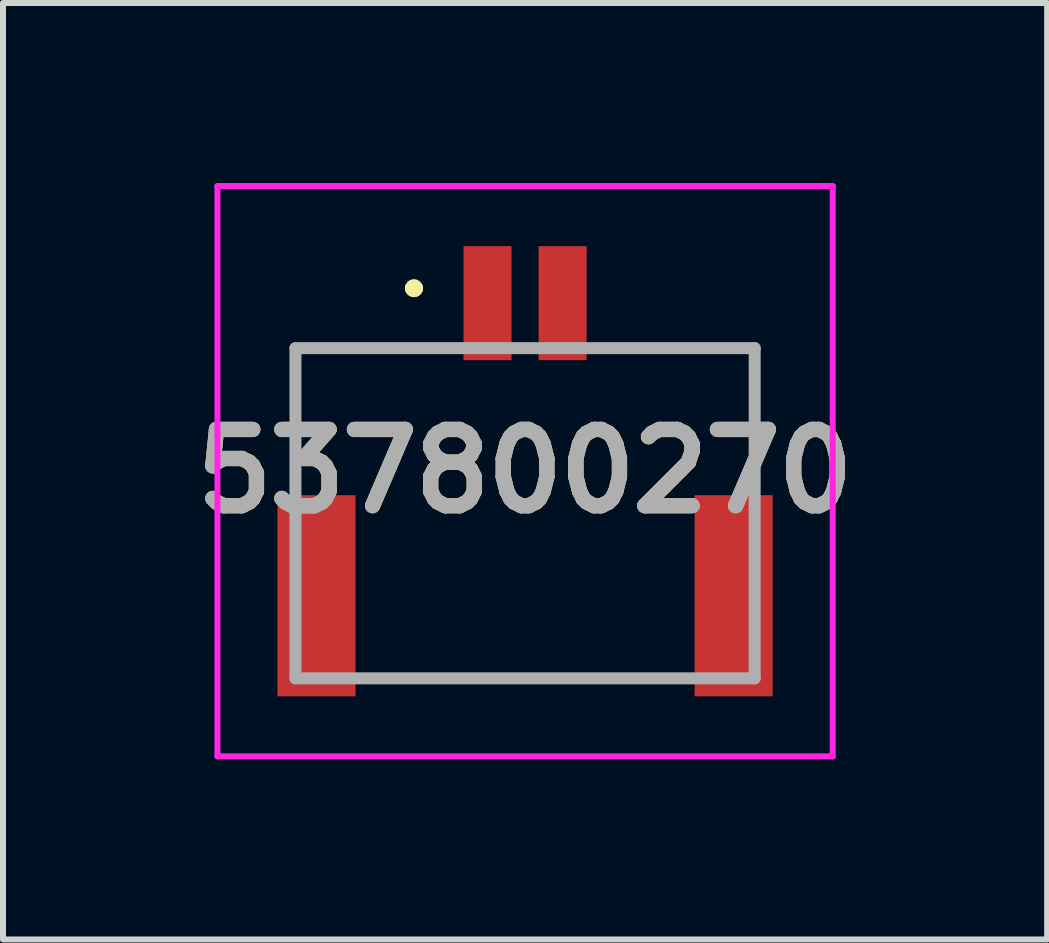
<source format=kicad_pcb>
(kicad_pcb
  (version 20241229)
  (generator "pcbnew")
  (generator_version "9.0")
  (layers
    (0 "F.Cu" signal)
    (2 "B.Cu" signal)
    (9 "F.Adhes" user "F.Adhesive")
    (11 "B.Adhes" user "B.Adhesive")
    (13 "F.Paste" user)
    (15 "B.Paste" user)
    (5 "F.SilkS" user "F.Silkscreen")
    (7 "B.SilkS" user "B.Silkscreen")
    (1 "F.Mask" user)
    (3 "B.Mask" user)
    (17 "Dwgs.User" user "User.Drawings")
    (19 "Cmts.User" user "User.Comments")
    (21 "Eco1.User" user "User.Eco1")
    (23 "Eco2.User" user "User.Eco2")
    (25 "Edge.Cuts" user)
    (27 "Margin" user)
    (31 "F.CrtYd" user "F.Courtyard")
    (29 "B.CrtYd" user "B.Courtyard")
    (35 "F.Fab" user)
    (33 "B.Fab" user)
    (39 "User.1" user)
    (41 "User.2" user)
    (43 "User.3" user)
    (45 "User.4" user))
  (footprint "537800270"
    (layer "F.Cu")
    (at 5.697 5.5)
    (property "Reference" "537800270" (at 0 -0.7 0) (layer "F.SilkS") (effects (font (size 1.27 1.27) (thickness 0.254))))
    (attr smd)
    (fp_line (start -3.825 -2.75) (end -3.825 -2.75) (stroke (width 0.1) (type solid)) (layer "F.SilkS"))
    (fp_line (start -3.825 -2.75) (end -3.825 -2.75) (stroke (width 0.1) (type solid)) (layer "F.SilkS"))
    (fp_line (start -3.825 -2.75) (end -3.825 -1.05) (stroke (width 0.1) (type solid)) (layer "F.SilkS"))
    (fp_line (start -3.825 -2.75) (end -1.625 -2.75) (stroke (width 0.1) (type solid)) (layer "F.SilkS"))
    (fp_line (start -3.825 -1.05) (end -3.825 -2.75) (stroke (width 0.1) (type solid)) (layer "F.SilkS"))
    (fp_line (start -3.825 -1.05) (end -3.825 -1.05) (stroke (width 0.1) (type solid)) (layer "F.SilkS"))
    (fp_line (start -2.125 2.75) (end -2.125 2.75) (stroke (width 0.1) (type solid)) (layer "F.SilkS"))
    (fp_line (start -2.125 2.75) (end 2.125 2.75) (stroke (width 0.1) (type solid)) (layer "F.SilkS"))
    (fp_line (start -1.9 -3.75) (end -1.9 -3.75) (stroke (width 0.2) (type solid)) (layer "F.SilkS"))
    (fp_line (start -1.9 -3.75) (end -1.9 -3.75) (stroke (width 0.2) (type solid)) (layer "F.SilkS"))
    (fp_line (start -1.8 -3.75) (end -1.8 -3.75) (stroke (width 0.2) (type solid)) (layer "F.SilkS"))
    (fp_line (start -1.625 -2.75) (end -3.825 -2.75) (stroke (width 0.1) (type solid)) (layer "F.SilkS"))
    (fp_line (start -1.625 -2.75) (end -1.625 -2.75) (stroke (width 0.1) (type solid)) (layer "F.SilkS"))
    (fp_line (start 1.625 -2.75) (end 1.625 -2.75) (stroke (width 0.1) (type solid)) (layer "F.SilkS"))
    (fp_line (start 1.625 -2.75) (end 3.825 -2.75) (stroke (width 0.1) (type solid)) (layer "F.SilkS"))
    (fp_line (start 2.125 2.75) (end -2.125 2.75) (stroke (width 0.1) (type solid)) (layer "F.SilkS"))
    (fp_line (start 2.125 2.75) (end 2.125 2.75) (stroke (width 0.1) (type solid)) (layer "F.SilkS"))
    (fp_line (start 3.825 -2.75) (end 1.625 -2.75) (stroke (width 0.1) (type solid)) (layer "F.SilkS"))
    (fp_line (start 3.825 -2.75) (end 3.825 -2.75) (stroke (width 0.1) (type solid)) (layer "F.SilkS"))
    (fp_line (start 3.825 -2.75) (end 3.825 -2.75) (stroke (width 0.1) (type solid)) (layer "F.SilkS"))
    (fp_line (start 3.825 -2.75) (end 3.825 -1.05) (stroke (width 0.1) (type solid)) (layer "F.SilkS"))
    (fp_line (start 3.825 -1.05) (end 3.825 -2.75) (stroke (width 0.1) (type solid)) (layer "F.SilkS"))
    (fp_line (start 3.825 -1.05) (end 3.825 -1.05) (stroke (width 0.1) (type solid)) (layer "F.SilkS"))
    (fp_arc (start -1.9 -3.75) (mid -1.85 -3.8) (end -1.8 -3.75) (stroke (width 0.2) (type solid)) (layer "F.SilkS"))
    (fp_arc (start -1.8 -3.75) (mid -1.85 -3.7) (end -1.9 -3.75) (stroke (width 0.2) (type solid)) (layer "F.SilkS"))
    (fp_arc (start -1.8 -3.75) (mid -1.85 -3.7) (end -1.9 -3.75) (stroke (width 0.2) (type solid)) (layer "F.SilkS"))
    (fp_line (start -5.125 -5.45) (end 5.125 -5.45) (stroke (width 0.1) (type solid)) (layer "F.CrtYd"))
    (fp_line (start -5.125 4.05) (end -5.125 -5.45) (stroke (width 0.1) (type solid)) (layer "F.CrtYd"))
    (fp_line (start 5.125 -5.45) (end 5.125 4.05) (stroke (width 0.1) (type solid)) (layer "F.CrtYd"))
    (fp_line (start 5.125 4.05) (end -5.125 4.05) (stroke (width 0.1) (type solid)) (layer "F.CrtYd"))
    (fp_line (start -3.825 -2.75) (end -3.825 2.75) (stroke (width 0.2) (type solid)) (layer "F.Fab"))
    (fp_line (start -3.825 2.75) (end 3.825 2.75) (stroke (width 0.2) (type solid)) (layer "F.Fab"))
    (fp_line (start 3.825 -2.75) (end -3.825 -2.75) (stroke (width 0.2) (type solid)) (layer "F.Fab"))
    (fp_line (start 3.825 2.75) (end 3.825 -2.75) (stroke (width 0.2) (type solid)) (layer "F.Fab"))
    (fp_text user "${REFERENCE}" (at 0 -0.7 0) (layer "F.Fab") (effects (font (size 1.27 1.27) (thickness 0.254))))
    (pad "1" smd rect (at -0.625 -3.5) (size 0.8 1.9) (layers "F.Cu" "F.Mask" "F.Paste"))
    (pad "2" smd rect (at 0.625 -3.5) (size 0.8 1.9) (layers "F.Cu" "F.Mask" "F.Paste"))
    (pad "MP1" smd rect (at -3.475 1.375) (size 1.3 3.35) (layers "F.Cu" "F.Mask" "F.Paste"))
    (pad "MP2" smd rect (at 3.475 1.375) (size 1.3 3.35) (layers "F.Cu" "F.Mask" "F.Paste")))
  (gr_rect
    (start -3 -3)
    (end 14.394 12.6)
    (stroke (width 0.1) (type default))
    (fill no)
    (layer "Edge.Cuts")))
</source>
